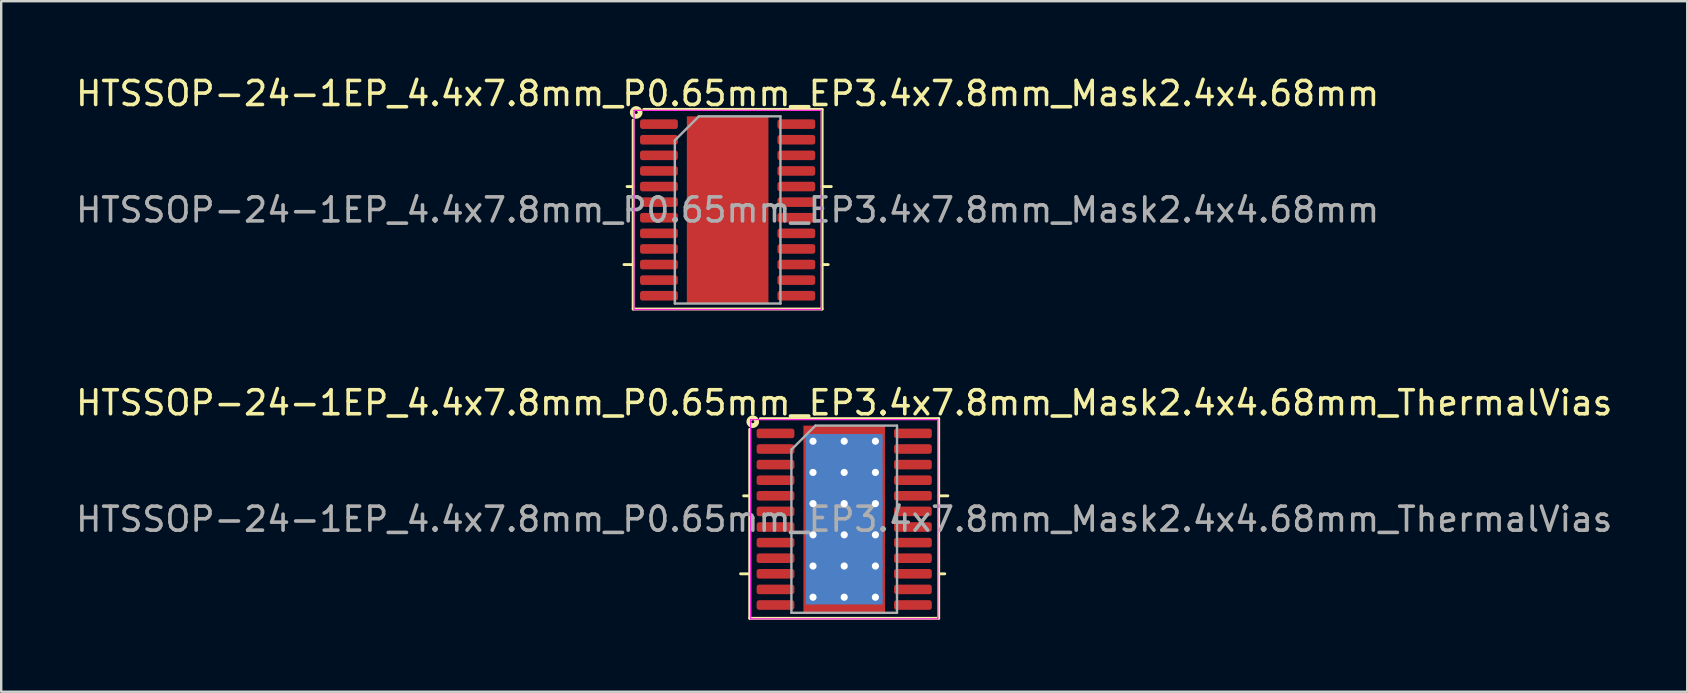
<source format=kicad_pcb>
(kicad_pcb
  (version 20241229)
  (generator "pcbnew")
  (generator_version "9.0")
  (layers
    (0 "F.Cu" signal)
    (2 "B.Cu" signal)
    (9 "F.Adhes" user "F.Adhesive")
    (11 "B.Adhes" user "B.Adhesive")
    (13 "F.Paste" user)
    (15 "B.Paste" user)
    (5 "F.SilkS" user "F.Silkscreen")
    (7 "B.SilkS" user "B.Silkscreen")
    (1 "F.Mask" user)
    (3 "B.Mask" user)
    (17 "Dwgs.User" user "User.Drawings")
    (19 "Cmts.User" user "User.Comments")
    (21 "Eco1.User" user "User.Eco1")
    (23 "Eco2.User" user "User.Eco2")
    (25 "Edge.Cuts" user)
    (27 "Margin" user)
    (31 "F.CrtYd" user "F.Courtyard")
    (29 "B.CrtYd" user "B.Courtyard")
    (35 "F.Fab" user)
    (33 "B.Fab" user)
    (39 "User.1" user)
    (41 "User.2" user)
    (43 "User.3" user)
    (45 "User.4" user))
  (footprint "HTSSOP-24-1EP_4.4x7.8mm_P0.65mm_EP3.4x7.8mm_Mask2.4x4.68mm_ThermalVias"
    (layer "F.Cu")
    (at 32.125 18.584)
    (property "Reference" "HTSSOP-24-1EP_4.4x7.8mm_P0.65mm_EP3.4x7.8mm_Mask2.4x4.68mm_ThermalVias" (at 0 -4.85 0) (layer "F.SilkS") (effects (font (size 1 1) (thickness 0.15))))
    (attr smd)
    (fp_line (start -3.937 -0.975) (end -4.191 -0.975) (stroke (width 0.12) (type solid)) (layer "F.SilkS"))
    (fp_line (start -3.937 2.275) (end -4.318 2.275) (stroke (width 0.12) (type solid)) (layer "F.SilkS"))
    (fp_line (start -3.937 4.128) (end -3.937 -3.747) (stroke (width 0.12) (type solid)) (layer "F.SilkS"))
    (fp_line (start -3.493 -4.191) (end 3.937 -4.191) (stroke (width 0.12) (type solid)) (layer "F.SilkS"))
    (fp_line (start 3.937 -4.191) (end 3.937 4.128) (stroke (width 0.12) (type solid)) (layer "F.SilkS"))
    (fp_line (start 3.937 -0.975) (end 4.318 -0.975) (stroke (width 0.12) (type solid)) (layer "F.SilkS"))
    (fp_line (start 3.937 2.275) (end 4.191 2.275) (stroke (width 0.12) (type solid)) (layer "F.SilkS"))
    (fp_line (start 3.937 4.128) (end -3.937 4.128) (stroke (width 0.12) (type solid)) (layer "F.SilkS"))
    (fp_circle (center -3.81 -4.064) (end -3.747 -4.064) (stroke (width 0.2) (type solid)) (fill no) (layer "F.SilkS"))
    (fp_line (start -3.9 -4.15) (end -3.9 4.15) (stroke (width 0.05) (type solid)) (layer "F.CrtYd"))
    (fp_line (start -3.9 4.15) (end 3.9 4.15) (stroke (width 0.05) (type solid)) (layer "F.CrtYd"))
    (fp_line (start 3.9 -4.15) (end -3.9 -4.15) (stroke (width 0.05) (type solid)) (layer "F.CrtYd"))
    (fp_line (start 3.9 4.15) (end 3.9 -4.15) (stroke (width 0.05) (type solid)) (layer "F.CrtYd"))
    (fp_line (start -2.2 -2.9) (end -1.2 -3.9) (stroke (width 0.1) (type solid)) (layer "F.Fab"))
    (fp_line (start -2.2 3.9) (end -2.2 -2.9) (stroke (width 0.1) (type solid)) (layer "F.Fab"))
    (fp_line (start -1.2 -3.9) (end 2.2 -3.9) (stroke (width 0.1) (type solid)) (layer "F.Fab"))
    (fp_line (start 2.2 -3.9) (end 2.2 3.9) (stroke (width 0.1) (type solid)) (layer "F.Fab"))
    (fp_line (start 2.2 3.9) (end -2.2 3.9) (stroke (width 0.1) (type solid)) (layer "F.Fab"))
    (fp_text user "${REFERENCE}" (at 0 0 0) (layer "F.Fab") (effects (font (size 1 1) (thickness 0.15))))
    (pad "" smd roundrect (at 0 -1.17) (size 1.93 1.89) (layers "F.Paste") (roundrect_rratio 0.132))
    (pad "" smd rect (at 0 0) (size 2.4 4.68) (layers "F.Mask"))
    (pad "" smd roundrect (at 0 1.17) (size 1.93 1.89) (layers "F.Paste") (roundrect_rratio 0.132))
    (pad "1" smd roundrect (at -2.862 -3.575) (size 1.575 0.4) (layers "F.Cu" "F.Mask" "F.Paste") (roundrect_rratio 0.25))
    (pad "2" smd roundrect (at -2.862 -2.925) (size 1.575 0.4) (layers "F.Cu" "F.Mask" "F.Paste") (roundrect_rratio 0.25))
    (pad "3" smd roundrect (at -2.862 -2.275) (size 1.575 0.4) (layers "F.Cu" "F.Mask" "F.Paste") (roundrect_rratio 0.25))
    (pad "4" smd roundrect (at -2.862 -1.625) (size 1.575 0.4) (layers "F.Cu" "F.Mask" "F.Paste") (roundrect_rratio 0.25))
    (pad "5" smd roundrect (at -2.862 -0.975) (size 1.575 0.4) (layers "F.Cu" "F.Mask" "F.Paste") (roundrect_rratio 0.25))
    (pad "6" smd roundrect (at -2.862 -0.325) (size 1.575 0.4) (layers "F.Cu" "F.Mask" "F.Paste") (roundrect_rratio 0.25))
    (pad "7" smd roundrect (at -2.862 0.325) (size 1.575 0.4) (layers "F.Cu" "F.Mask" "F.Paste") (roundrect_rratio 0.25))
    (pad "8" smd roundrect (at -2.862 0.975) (size 1.575 0.4) (layers "F.Cu" "F.Mask" "F.Paste") (roundrect_rratio 0.25))
    (pad "9" smd roundrect (at -2.862 1.625) (size 1.575 0.4) (layers "F.Cu" "F.Mask" "F.Paste") (roundrect_rratio 0.25))
    (pad "10" smd roundrect (at -2.862 2.275) (size 1.575 0.4) (layers "F.Cu" "F.Mask" "F.Paste") (roundrect_rratio 0.25))
    (pad "11" smd roundrect (at -2.862 2.925) (size 1.575 0.4) (layers "F.Cu" "F.Mask" "F.Paste") (roundrect_rratio 0.25))
    (pad "12" smd roundrect (at -2.862 3.575) (size 1.575 0.4) (layers "F.Cu" "F.Mask" "F.Paste") (roundrect_rratio 0.25))
    (pad "13" smd roundrect (at 2.862 3.575) (size 1.575 0.4) (layers "F.Cu" "F.Mask" "F.Paste") (roundrect_rratio 0.25))
    (pad "14" smd roundrect (at 2.862 2.925) (size 1.575 0.4) (layers "F.Cu" "F.Mask" "F.Paste") (roundrect_rratio 0.25))
    (pad "15" smd roundrect (at 2.862 2.275) (size 1.575 0.4) (layers "F.Cu" "F.Mask" "F.Paste") (roundrect_rratio 0.25))
    (pad "16" smd roundrect (at 2.862 1.625) (size 1.575 0.4) (layers "F.Cu" "F.Mask" "F.Paste") (roundrect_rratio 0.25))
    (pad "17" smd roundrect (at 2.862 0.975) (size 1.575 0.4) (layers "F.Cu" "F.Mask" "F.Paste") (roundrect_rratio 0.25))
    (pad "18" smd roundrect (at 2.862 0.325) (size 1.575 0.4) (layers "F.Cu" "F.Mask" "F.Paste") (roundrect_rratio 0.25))
    (pad "19" smd roundrect (at 2.862 -0.325) (size 1.575 0.4) (layers "F.Cu" "F.Mask" "F.Paste") (roundrect_rratio 0.25))
    (pad "20" smd roundrect (at 2.862 -0.975) (size 1.575 0.4) (layers "F.Cu" "F.Mask" "F.Paste") (roundrect_rratio 0.25))
    (pad "21" smd roundrect (at 2.862 -1.625) (size 1.575 0.4) (layers "F.Cu" "F.Mask" "F.Paste") (roundrect_rratio 0.25))
    (pad "22" smd roundrect (at 2.862 -2.275) (size 1.575 0.4) (layers "F.Cu" "F.Mask" "F.Paste") (roundrect_rratio 0.25))
    (pad "23" smd roundrect (at 2.862 -2.925) (size 1.575 0.4) (layers "F.Cu" "F.Mask" "F.Paste") (roundrect_rratio 0.25))
    (pad "24" smd roundrect (at 2.862 -3.575) (size 1.575 0.4) (layers "F.Cu" "F.Mask" "F.Paste") (roundrect_rratio 0.25))
    (pad "25" thru_hole circle (at -1.3 -3.25) (size 0.6 0.6) (drill 0.3) (layers "*.Cu"))
    (pad "25" thru_hole circle (at -1.3 -1.95) (size 0.6 0.6) (drill 0.3) (layers "*.Cu"))
    (pad "25" thru_hole circle (at -1.3 -0.65) (size 0.6 0.6) (drill 0.3) (layers "*.Cu"))
    (pad "25" thru_hole circle (at -1.3 0.65) (size 0.6 0.6) (drill 0.3) (layers "*.Cu"))
    (pad "25" thru_hole circle (at -1.3 1.95) (size 0.6 0.6) (drill 0.3) (layers "*.Cu"))
    (pad "25" thru_hole circle (at -1.3 3.25) (size 0.6 0.6) (drill 0.3) (layers "*.Cu"))
    (pad "25" thru_hole circle (at 0 -3.25) (size 0.6 0.6) (drill 0.3) (layers "*.Cu"))
    (pad "25" thru_hole circle (at 0 -1.95) (size 0.6 0.6) (drill 0.3) (layers "*.Cu"))
    (pad "25" thru_hole circle (at 0 -0.65) (size 0.6 0.6) (drill 0.3) (layers "*.Cu"))
    (pad "25" smd rect (at 0 0) (size 3.2 7.1) (layers "B.Cu" "B.Mask"))
    (pad "25" smd rect (at 0 0) (size 3.4 7.8) (layers "F.Cu"))
    (pad "25" thru_hole circle (at 0 0.65) (size 0.6 0.6) (drill 0.3) (layers "*.Cu"))
    (pad "25" thru_hole circle (at 0 1.95) (size 0.6 0.6) (drill 0.3) (layers "*.Cu"))
    (pad "25" thru_hole circle (at 0 3.25) (size 0.6 0.6) (drill 0.3) (layers "*.Cu"))
    (pad "25" thru_hole circle (at 1.3 -3.25) (size 0.6 0.6) (drill 0.3) (layers "*.Cu"))
    (pad "25" thru_hole circle (at 1.3 -1.95) (size 0.6 0.6) (drill 0.3) (layers "*.Cu"))
    (pad "25" thru_hole circle (at 1.3 -0.65) (size 0.6 0.6) (drill 0.3) (layers "*.Cu"))
    (pad "25" thru_hole circle (at 1.3 0.65) (size 0.6 0.6) (drill 0.3) (layers "*.Cu"))
    (pad "25" thru_hole circle (at 1.3 1.95) (size 0.6 0.6) (drill 0.3) (layers "*.Cu"))
    (pad "25" thru_hole circle (at 1.3 3.25) (size 0.6 0.6) (drill 0.3) (layers "*.Cu")))
  (footprint "HTSSOP-24-1EP_4.4x7.8mm_P0.65mm_EP3.4x7.8mm_Mask2.4x4.68mm"
    (layer "F.Cu")
    (at 27.268 5.698)
    (property "Reference" "HTSSOP-24-1EP_4.4x7.8mm_P0.65mm_EP3.4x7.8mm_Mask2.4x4.68mm" (at 0 -4.85 0) (layer "F.SilkS") (effects (font (size 1 1) (thickness 0.15))))
    (attr smd)
    (fp_line (start -3.937 -0.975) (end -4.191 -0.975) (stroke (width 0.12) (type solid)) (layer "F.SilkS"))
    (fp_line (start -3.937 2.275) (end -4.318 2.275) (stroke (width 0.12) (type solid)) (layer "F.SilkS"))
    (fp_line (start -3.937 4.128) (end -3.937 -3.747) (stroke (width 0.12) (type solid)) (layer "F.SilkS"))
    (fp_line (start -3.493 -4.191) (end 3.937 -4.191) (stroke (width 0.12) (type solid)) (layer "F.SilkS"))
    (fp_line (start 3.937 -4.191) (end 3.937 4.128) (stroke (width 0.12) (type solid)) (layer "F.SilkS"))
    (fp_line (start 3.937 -0.975) (end 4.318 -0.975) (stroke (width 0.12) (type solid)) (layer "F.SilkS"))
    (fp_line (start 3.937 2.275) (end 4.191 2.275) (stroke (width 0.12) (type solid)) (layer "F.SilkS"))
    (fp_line (start 3.937 4.128) (end -3.937 4.128) (stroke (width 0.12) (type solid)) (layer "F.SilkS"))
    (fp_circle (center -3.81 -4.064) (end -3.747 -4.064) (stroke (width 0.2) (type solid)) (fill no) (layer "F.SilkS"))
    (fp_line (start -3.9 -4.15) (end -3.9 4.15) (stroke (width 0.05) (type solid)) (layer "F.CrtYd"))
    (fp_line (start -3.9 4.15) (end 3.9 4.15) (stroke (width 0.05) (type solid)) (layer "F.CrtYd"))
    (fp_line (start 3.9 -4.15) (end -3.9 -4.15) (stroke (width 0.05) (type solid)) (layer "F.CrtYd"))
    (fp_line (start 3.9 4.15) (end 3.9 -4.15) (stroke (width 0.05) (type solid)) (layer "F.CrtYd"))
    (fp_line (start -2.2 -2.9) (end -1.2 -3.9) (stroke (width 0.1) (type solid)) (layer "F.Fab"))
    (fp_line (start -2.2 3.9) (end -2.2 -2.9) (stroke (width 0.1) (type solid)) (layer "F.Fab"))
    (fp_line (start -1.2 -3.9) (end 2.2 -3.9) (stroke (width 0.1) (type solid)) (layer "F.Fab"))
    (fp_line (start 2.2 -3.9) (end 2.2 3.9) (stroke (width 0.1) (type solid)) (layer "F.Fab"))
    (fp_line (start 2.2 3.9) (end -2.2 3.9) (stroke (width 0.1) (type solid)) (layer "F.Fab"))
    (fp_text user "${REFERENCE}" (at 0 0 0) (layer "F.Fab") (effects (font (size 1 1) (thickness 0.15))))
    (pad "" smd roundrect (at 0 -1.17) (size 1.93 1.89) (layers "F.Paste") (roundrect_rratio 0.132))
    (pad "" smd rect (at 0 0) (size 2.4 4.68) (layers "F.Mask"))
    (pad "" smd roundrect (at 0 1.17) (size 1.93 1.89) (layers "F.Paste") (roundrect_rratio 0.132))
    (pad "1" smd roundrect (at -2.862 -3.575) (size 1.575 0.4) (layers "F.Cu" "F.Mask" "F.Paste") (roundrect_rratio 0.25))
    (pad "2" smd roundrect (at -2.862 -2.925) (size 1.575 0.4) (layers "F.Cu" "F.Mask" "F.Paste") (roundrect_rratio 0.25))
    (pad "3" smd roundrect (at -2.862 -2.275) (size 1.575 0.4) (layers "F.Cu" "F.Mask" "F.Paste") (roundrect_rratio 0.25))
    (pad "4" smd roundrect (at -2.862 -1.625) (size 1.575 0.4) (layers "F.Cu" "F.Mask" "F.Paste") (roundrect_rratio 0.25))
    (pad "5" smd roundrect (at -2.862 -0.975) (size 1.575 0.4) (layers "F.Cu" "F.Mask" "F.Paste") (roundrect_rratio 0.25))
    (pad "6" smd roundrect (at -2.862 -0.325) (size 1.575 0.4) (layers "F.Cu" "F.Mask" "F.Paste") (roundrect_rratio 0.25))
    (pad "7" smd roundrect (at -2.862 0.325) (size 1.575 0.4) (layers "F.Cu" "F.Mask" "F.Paste") (roundrect_rratio 0.25))
    (pad "8" smd roundrect (at -2.862 0.975) (size 1.575 0.4) (layers "F.Cu" "F.Mask" "F.Paste") (roundrect_rratio 0.25))
    (pad "9" smd roundrect (at -2.862 1.625) (size 1.575 0.4) (layers "F.Cu" "F.Mask" "F.Paste") (roundrect_rratio 0.25))
    (pad "10" smd roundrect (at -2.862 2.275) (size 1.575 0.4) (layers "F.Cu" "F.Mask" "F.Paste") (roundrect_rratio 0.25))
    (pad "11" smd roundrect (at -2.862 2.925) (size 1.575 0.4) (layers "F.Cu" "F.Mask" "F.Paste") (roundrect_rratio 0.25))
    (pad "12" smd roundrect (at -2.862 3.575) (size 1.575 0.4) (layers "F.Cu" "F.Mask" "F.Paste") (roundrect_rratio 0.25))
    (pad "13" smd roundrect (at 2.862 3.575) (size 1.575 0.4) (layers "F.Cu" "F.Mask" "F.Paste") (roundrect_rratio 0.25))
    (pad "14" smd roundrect (at 2.862 2.925) (size 1.575 0.4) (layers "F.Cu" "F.Mask" "F.Paste") (roundrect_rratio 0.25))
    (pad "15" smd roundrect (at 2.862 2.275) (size 1.575 0.4) (layers "F.Cu" "F.Mask" "F.Paste") (roundrect_rratio 0.25))
    (pad "16" smd roundrect (at 2.862 1.625) (size 1.575 0.4) (layers "F.Cu" "F.Mask" "F.Paste") (roundrect_rratio 0.25))
    (pad "17" smd roundrect (at 2.862 0.975) (size 1.575 0.4) (layers "F.Cu" "F.Mask" "F.Paste") (roundrect_rratio 0.25))
    (pad "18" smd roundrect (at 2.862 0.325) (size 1.575 0.4) (layers "F.Cu" "F.Mask" "F.Paste") (roundrect_rratio 0.25))
    (pad "19" smd roundrect (at 2.862 -0.325) (size 1.575 0.4) (layers "F.Cu" "F.Mask" "F.Paste") (roundrect_rratio 0.25))
    (pad "20" smd roundrect (at 2.862 -0.975) (size 1.575 0.4) (layers "F.Cu" "F.Mask" "F.Paste") (roundrect_rratio 0.25))
    (pad "21" smd roundrect (at 2.862 -1.625) (size 1.575 0.4) (layers "F.Cu" "F.Mask" "F.Paste") (roundrect_rratio 0.25))
    (pad "22" smd roundrect (at 2.862 -2.275) (size 1.575 0.4) (layers "F.Cu" "F.Mask" "F.Paste") (roundrect_rratio 0.25))
    (pad "23" smd roundrect (at 2.862 -2.925) (size 1.575 0.4) (layers "F.Cu" "F.Mask" "F.Paste") (roundrect_rratio 0.25))
    (pad "24" smd roundrect (at 2.862 -3.575) (size 1.575 0.4) (layers "F.Cu" "F.Mask" "F.Paste") (roundrect_rratio 0.25))
    (pad "25" smd rect (at 0 0) (size 3.4 7.8) (layers "F.Cu")))
  (gr_rect
    (start -3 -3)
    (end 67.25 25.771)
    (stroke (width 0.1) (type default))
    (fill no)
    (layer "Edge.Cuts")))
</source>
